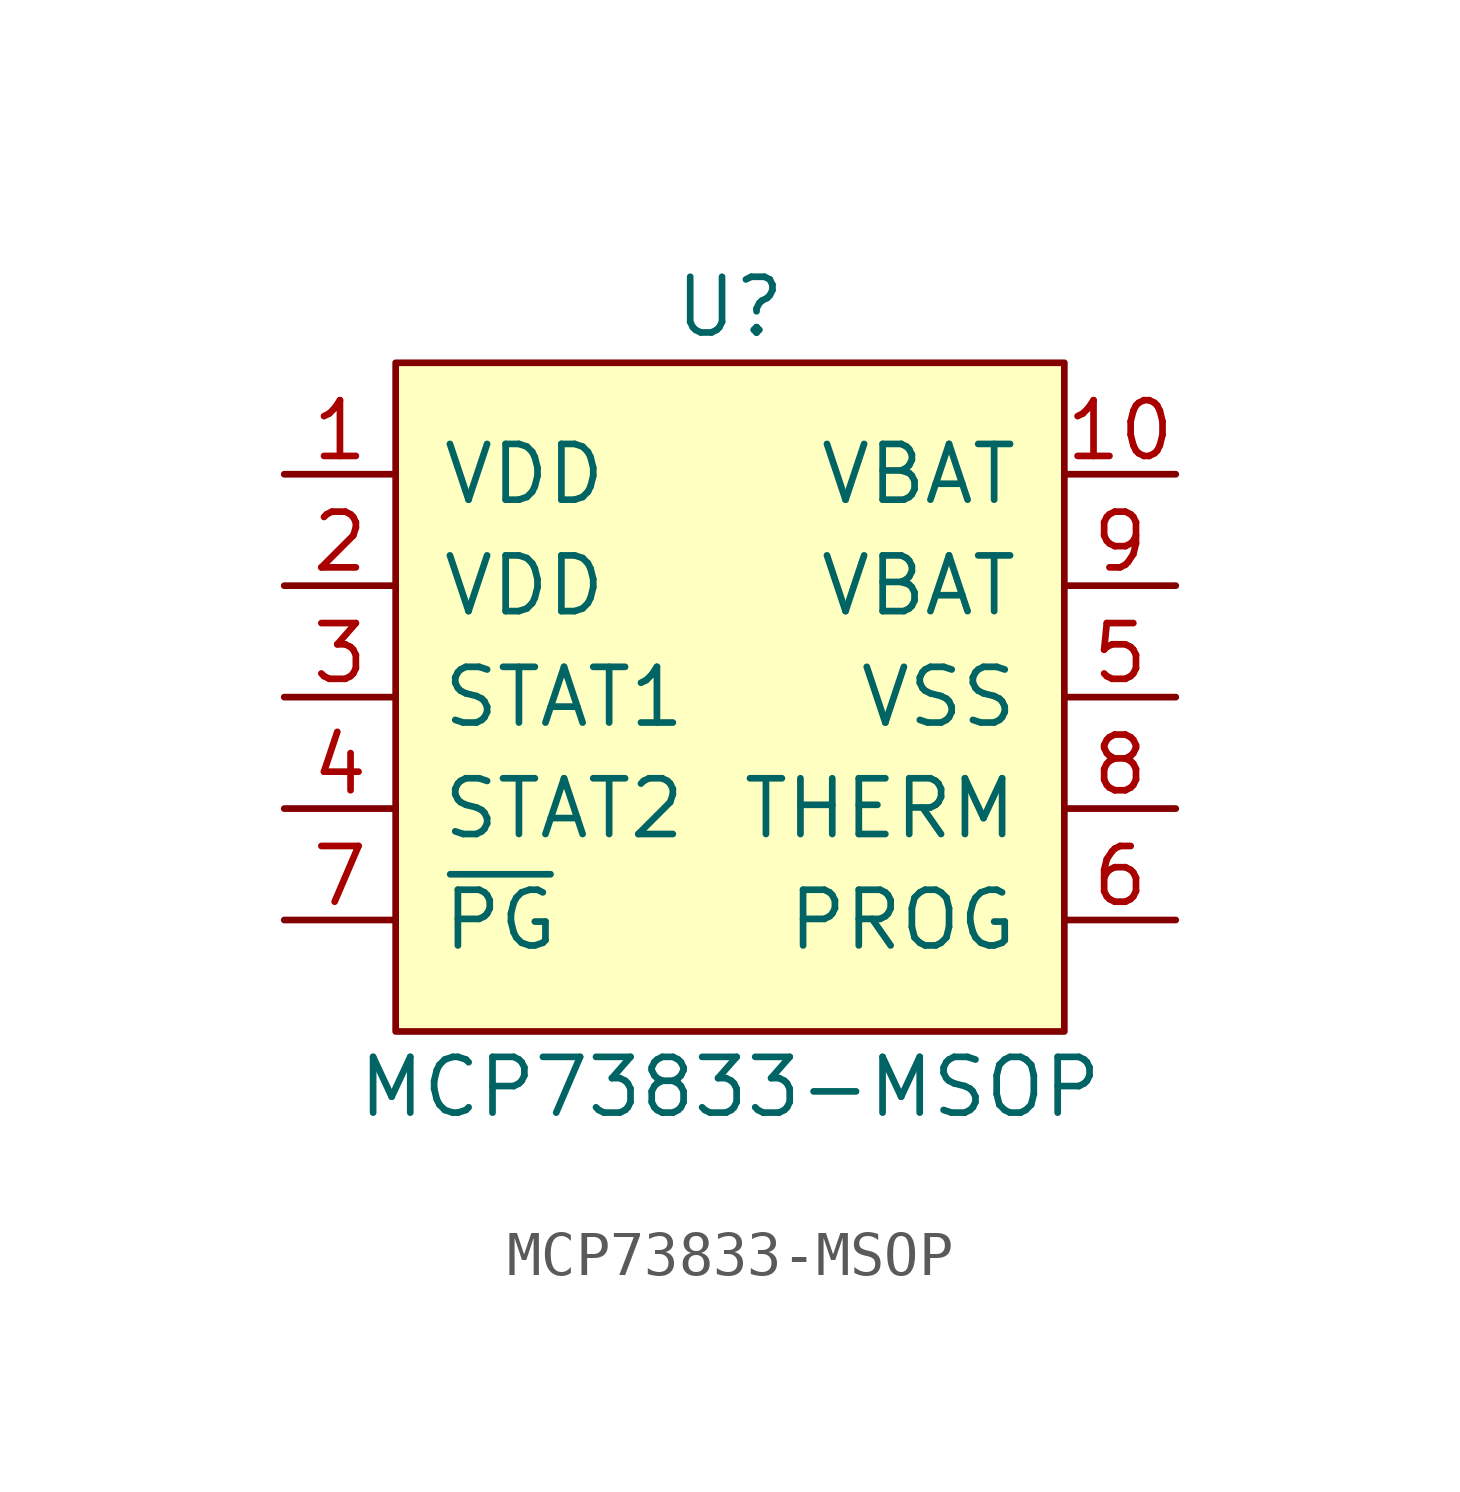
<source format=kicad_sym>
(kicad_symbol_lib
  (version 20211014)
  (generator kicad_symbol_editor)
  (symbol "MCP73833-MSOP"
    (pin_names
      (offset 1.016))
    (property "Reference" "U"
      (at 0 1.27 0)
      (effects (font (size 1.27 1.27))))
    (property "Value" "MCP73833-MSOP"
      (at 0 -16.51 0)
      (effects (font (size 1.27 1.27))))
    (symbol "MCP73833-MSOP_0_1"
      (rectangle (start -7.62 0) (end 7.62 -15.24) (stroke (width 0) (type default) (color 0 0 0 0)) (fill (type background))))
    (symbol "MCP73833-MSOP_1_1"
      (pin input line (at -10.16 -2.54 0) (length 2.54) (name "VDD" (effects (font (size 1.27 1.27)))) (number "1" (effects (font (size 1.27 1.27)))))
      (pin input line (at 10.16 -2.54 180) (length 2.54) (name "VBAT" (effects (font (size 1.27 1.27)))) (number "10" (effects (font (size 1.27 1.27)))))
      (pin input line (at -10.16 -5.08 0) (length 2.54) (name "VDD" (effects (font (size 1.27 1.27)))) (number "2" (effects (font (size 1.27 1.27)))))
      (pin input line (at -10.16 -7.62 0) (length 2.54) (name "STAT1" (effects (font (size 1.27 1.27)))) (number "3" (effects (font (size 1.27 1.27)))))
      (pin input line (at -10.16 -10.16 0) (length 2.54) (name "STAT2" (effects (font (size 1.27 1.27)))) (number "4" (effects (font (size 1.27 1.27)))))
      (pin input line (at 10.16 -7.62 180) (length 2.54) (name "VSS" (effects (font (size 1.27 1.27)))) (number "5" (effects (font (size 1.27 1.27)))))
      (pin input line (at 10.16 -12.7 180) (length 2.54) (name "PROG" (effects (font (size 1.27 1.27)))) (number "6" (effects (font (size 1.27 1.27)))))
      (pin input line (at -10.16 -12.7 0) (length 2.54) (name "~{PG}" (effects (font (size 1.27 1.27)))) (number "7" (effects (font (size 1.27 1.27)))))
      (pin input line (at 10.16 -10.16 180) (length 2.54) (name "THERM" (effects (font (size 1.27 1.27)))) (number "8" (effects (font (size 1.27 1.27)))))
      (pin input line (at 10.16 -5.08 180) (length 2.54) (name "VBAT" (effects (font (size 1.27 1.27)))) (number "9" (effects (font (size 1.27 1.27))))))))
</source>
